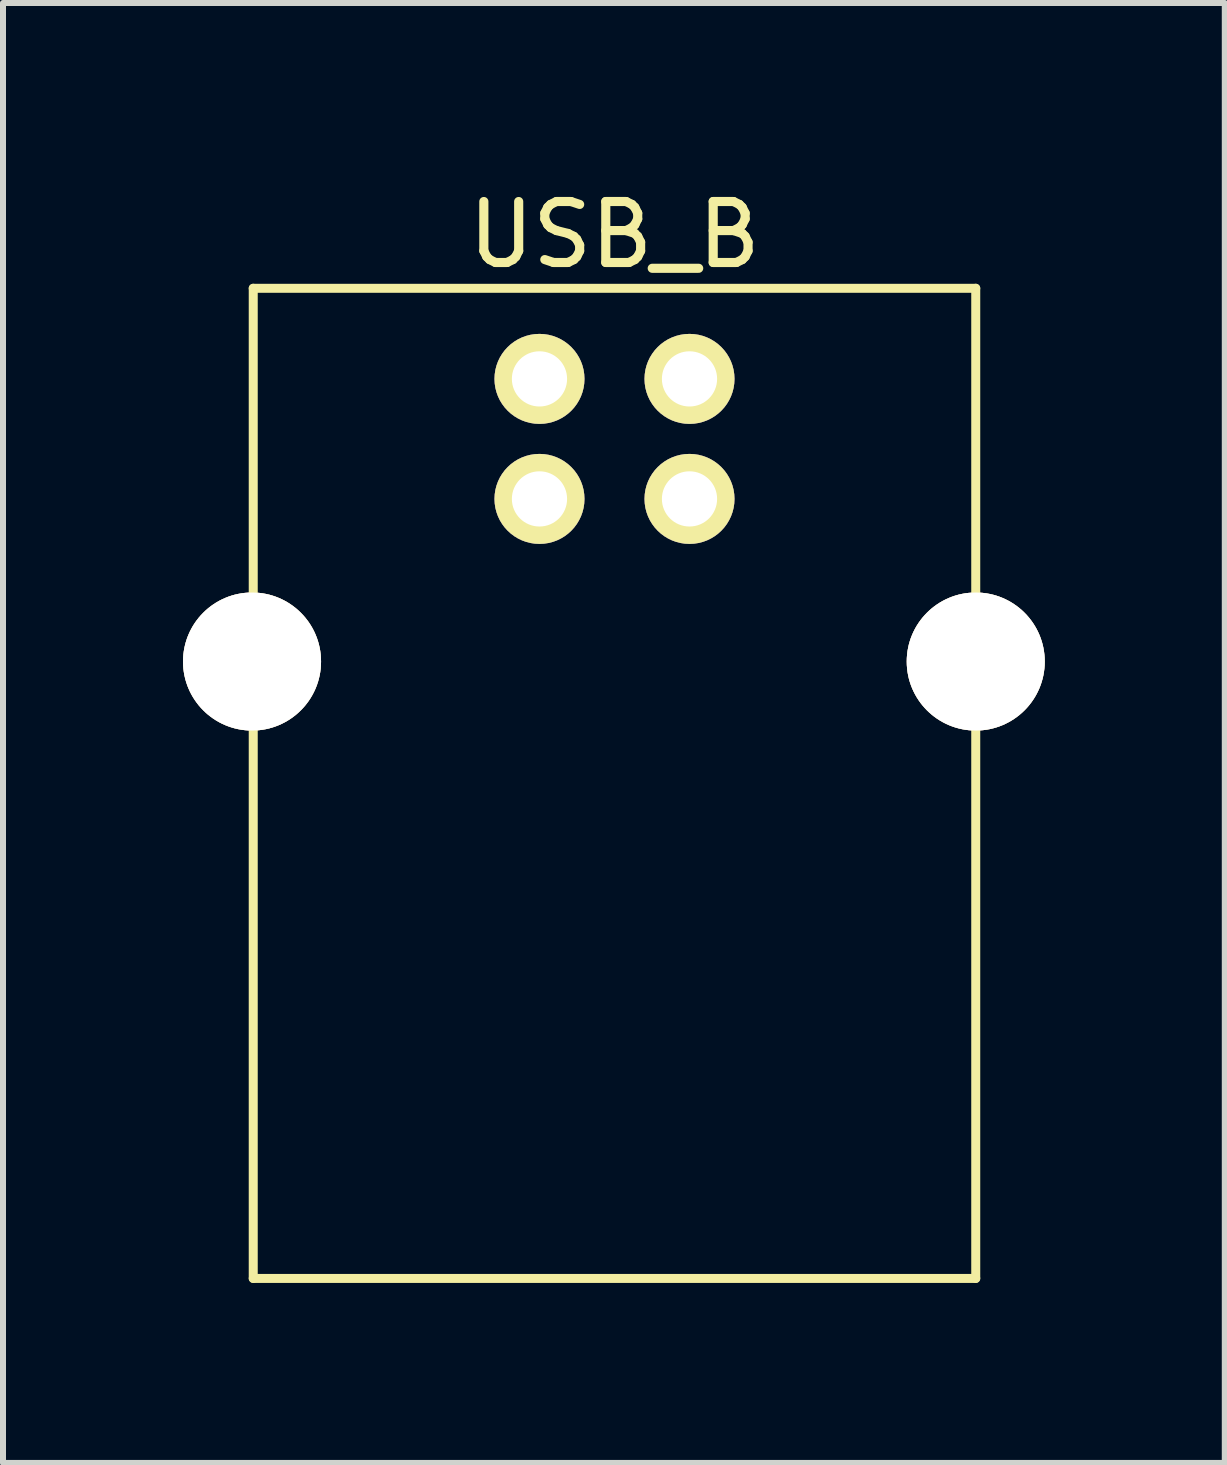
<source format=kicad_pcb>
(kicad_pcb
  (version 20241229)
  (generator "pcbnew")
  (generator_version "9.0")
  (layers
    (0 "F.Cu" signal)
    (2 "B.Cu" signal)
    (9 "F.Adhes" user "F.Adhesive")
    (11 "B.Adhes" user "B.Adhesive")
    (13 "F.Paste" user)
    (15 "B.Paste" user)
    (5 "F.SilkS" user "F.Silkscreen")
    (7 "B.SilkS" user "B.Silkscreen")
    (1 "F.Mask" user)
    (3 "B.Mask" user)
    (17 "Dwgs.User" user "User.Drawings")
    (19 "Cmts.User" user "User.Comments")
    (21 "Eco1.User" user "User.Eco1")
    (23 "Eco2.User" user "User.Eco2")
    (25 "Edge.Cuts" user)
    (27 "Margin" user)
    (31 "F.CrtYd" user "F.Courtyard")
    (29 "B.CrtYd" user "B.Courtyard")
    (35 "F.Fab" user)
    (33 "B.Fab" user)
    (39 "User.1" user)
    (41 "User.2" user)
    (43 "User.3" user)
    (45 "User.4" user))
  (footprint "USB_B"
    (layer "F.Cu")
    (at 7.19 7.974)
    (property "Reference" "USB_B" (at 0 -7.112 0) (layer "F.SilkS") (effects (font (size 1.016 1.016) (thickness 0.152))))
    (attr through_hole)
    (fp_line (start -6.02 -6.22) (end 6.02 -6.22) (stroke (width 0.15) (type solid)) (layer "F.SilkS"))
    (fp_line (start -6.02 10.28) (end -6.02 -6.22) (stroke (width 0.15) (type solid)) (layer "F.SilkS"))
    (fp_line (start 6.02 -6.22) (end 6.02 10.28) (stroke (width 0.15) (type solid)) (layer "F.SilkS"))
    (fp_line (start 6.02 10.28) (end -6.02 10.28) (stroke (width 0.15) (type solid)) (layer "F.SilkS"))
    (pad "1" thru_hole circle (at 1.25 -4.71) (size 1.5 1.5) (drill 0.92) (layers "*.Cu" "*.Mask" "F.SilkS"))
    (pad "2" thru_hole circle (at -1.25 -4.71) (size 1.5 1.5) (drill 0.92) (layers "*.Cu" "*.Mask" "F.SilkS"))
    (pad "3" thru_hole circle (at -1.25 -2.71) (size 1.5 1.5) (drill 0.92) (layers "*.Cu" "*.Mask" "F.SilkS"))
    (pad "4" thru_hole circle (at 1.25 -2.71) (size 1.5 1.5) (drill 0.92) (layers "*.Cu" "*.Mask" "F.SilkS"))
    (pad "5" thru_hole circle (at -6.04 0) (size 2.3 2.3) (drill 2.3) (layers "*.Cu" "*.Mask" "F.SilkS"))
    (pad "6" thru_hole circle (at 6.02 0) (size 2.3 2.3) (drill 2.3) (layers "*.Cu" "*.Mask" "F.SilkS")))
  (gr_rect
    (start -3 -3)
    (end 17.36 21.329)
    (stroke (width 0.1) (type default))
    (fill no)
    (layer "Edge.Cuts")))
</source>
